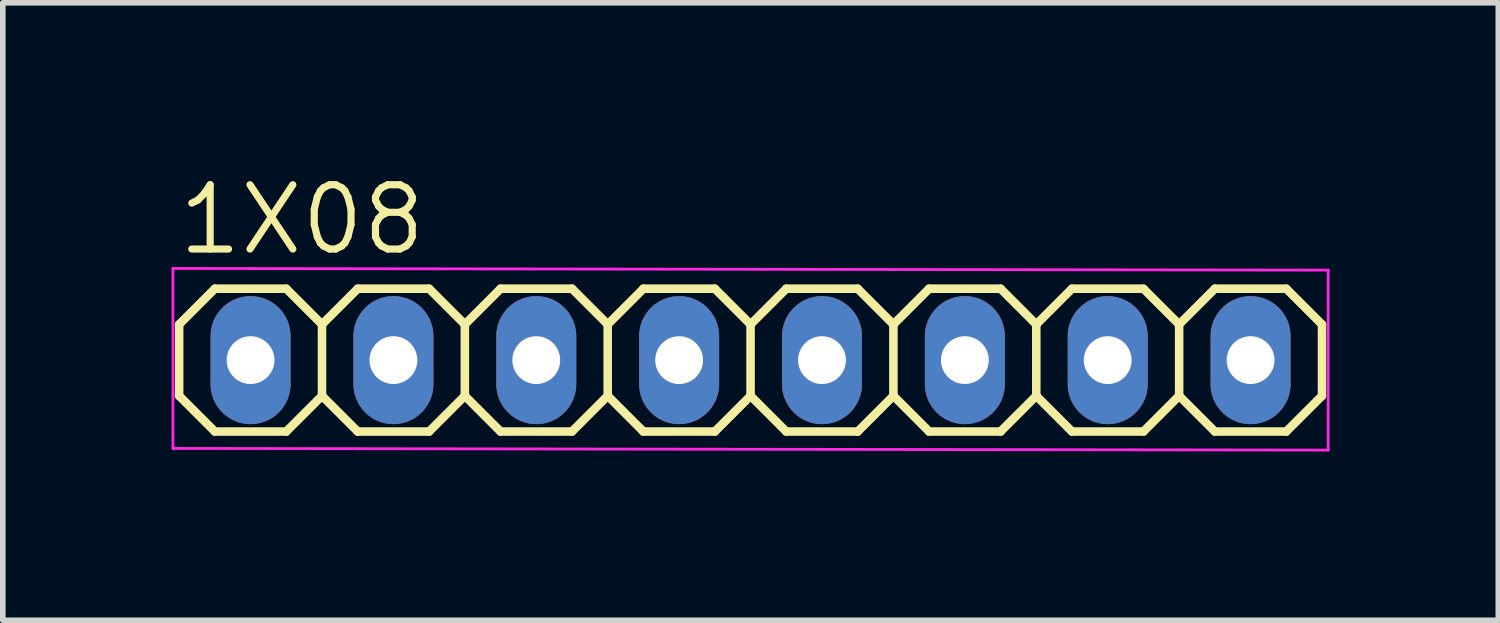
<source format=kicad_pcb>
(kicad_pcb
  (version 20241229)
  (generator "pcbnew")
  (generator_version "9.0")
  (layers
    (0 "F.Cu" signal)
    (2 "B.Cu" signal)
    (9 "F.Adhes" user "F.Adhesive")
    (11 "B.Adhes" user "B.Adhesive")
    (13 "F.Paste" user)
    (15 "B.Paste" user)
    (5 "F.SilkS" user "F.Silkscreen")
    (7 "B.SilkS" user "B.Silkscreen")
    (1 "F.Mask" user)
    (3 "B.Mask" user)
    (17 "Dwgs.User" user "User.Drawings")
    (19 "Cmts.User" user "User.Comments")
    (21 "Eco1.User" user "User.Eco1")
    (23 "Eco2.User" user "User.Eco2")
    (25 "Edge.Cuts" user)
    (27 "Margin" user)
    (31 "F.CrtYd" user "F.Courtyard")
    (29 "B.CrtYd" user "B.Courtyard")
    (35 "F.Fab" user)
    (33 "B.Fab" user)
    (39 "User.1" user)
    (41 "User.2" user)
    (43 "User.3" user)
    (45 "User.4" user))
  (footprint "1X08"
    (layer "F.Cu")
    (at 10.295 3.353)
    (property "Reference" "1X08" (at -10.236 -1.829 0) (unlocked yes) (layer "F.SilkS") (effects (font (size 1.143 1.143) (thickness 0.127)) (justify left bottom)))
    (fp_line (start -10.16 -0.635) (end -10.16 0.635) (stroke (width 0.152) (type solid)) (layer "F.SilkS"))
    (fp_line (start -10.16 0.635) (end -9.525 1.27) (stroke (width 0.152) (type solid)) (layer "F.SilkS"))
    (fp_line (start -9.525 -1.27) (end -10.16 -0.635) (stroke (width 0.152) (type solid)) (layer "F.SilkS"))
    (fp_line (start -9.525 -1.27) (end -8.255 -1.27) (stroke (width 0.152) (type solid)) (layer "F.SilkS"))
    (fp_line (start -8.255 -1.27) (end -7.62 -0.635) (stroke (width 0.152) (type solid)) (layer "F.SilkS"))
    (fp_line (start -8.255 1.27) (end -9.525 1.27) (stroke (width 0.152) (type solid)) (layer "F.SilkS"))
    (fp_line (start -7.62 -0.635) (end -7.62 0.635) (stroke (width 0.152) (type solid)) (layer "F.SilkS"))
    (fp_line (start -7.62 -0.635) (end -6.985 -1.27) (stroke (width 0.152) (type solid)) (layer "F.SilkS"))
    (fp_line (start -7.62 0.635) (end -8.255 1.27) (stroke (width 0.152) (type solid)) (layer "F.SilkS"))
    (fp_line (start -6.985 -1.27) (end -5.715 -1.27) (stroke (width 0.152) (type solid)) (layer "F.SilkS"))
    (fp_line (start -6.985 1.27) (end -7.62 0.635) (stroke (width 0.152) (type solid)) (layer "F.SilkS"))
    (fp_line (start -5.715 -1.27) (end -5.08 -0.635) (stroke (width 0.152) (type solid)) (layer "F.SilkS"))
    (fp_line (start -5.715 1.27) (end -6.985 1.27) (stroke (width 0.152) (type solid)) (layer "F.SilkS"))
    (fp_line (start -5.08 -0.635) (end -5.08 0.635) (stroke (width 0.152) (type solid)) (layer "F.SilkS"))
    (fp_line (start -5.08 -0.635) (end -4.445 -1.27) (stroke (width 0.152) (type solid)) (layer "F.SilkS"))
    (fp_line (start -5.08 0.635) (end -5.715 1.27) (stroke (width 0.152) (type solid)) (layer "F.SilkS"))
    (fp_line (start -4.445 -1.27) (end -3.175 -1.27) (stroke (width 0.152) (type solid)) (layer "F.SilkS"))
    (fp_line (start -4.445 1.27) (end -5.08 0.635) (stroke (width 0.152) (type solid)) (layer "F.SilkS"))
    (fp_line (start -3.175 -1.27) (end -2.54 -0.635) (stroke (width 0.152) (type solid)) (layer "F.SilkS"))
    (fp_line (start -3.175 1.27) (end -4.445 1.27) (stroke (width 0.152) (type solid)) (layer "F.SilkS"))
    (fp_line (start -2.54 -0.635) (end -2.54 0.635) (stroke (width 0.152) (type solid)) (layer "F.SilkS"))
    (fp_line (start -2.54 0.635) (end -3.175 1.27) (stroke (width 0.152) (type solid)) (layer "F.SilkS"))
    (fp_line (start -2.54 0.635) (end -1.905 1.27) (stroke (width 0.152) (type solid)) (layer "F.SilkS"))
    (fp_line (start -1.905 -1.27) (end -2.54 -0.635) (stroke (width 0.152) (type solid)) (layer "F.SilkS"))
    (fp_line (start -1.905 -1.27) (end -0.635 -1.27) (stroke (width 0.152) (type solid)) (layer "F.SilkS"))
    (fp_line (start -0.635 -1.27) (end 0 -0.635) (stroke (width 0.152) (type solid)) (layer "F.SilkS"))
    (fp_line (start -0.635 1.27) (end -1.905 1.27) (stroke (width 0.152) (type solid)) (layer "F.SilkS"))
    (fp_line (start 0 -0.635) (end 0 0.635) (stroke (width 0.152) (type solid)) (layer "F.SilkS"))
    (fp_line (start 0 -0.635) (end 0.635 -1.27) (stroke (width 0.152) (type solid)) (layer "F.SilkS"))
    (fp_line (start 0 0.635) (end -0.635 1.27) (stroke (width 0.152) (type solid)) (layer "F.SilkS"))
    (fp_line (start 0.635 -1.27) (end 1.905 -1.27) (stroke (width 0.152) (type solid)) (layer "F.SilkS"))
    (fp_line (start 0.635 1.27) (end 0 0.635) (stroke (width 0.152) (type solid)) (layer "F.SilkS"))
    (fp_line (start 1.905 -1.27) (end 2.54 -0.635) (stroke (width 0.152) (type solid)) (layer "F.SilkS"))
    (fp_line (start 1.905 1.27) (end 0.635 1.27) (stroke (width 0.152) (type solid)) (layer "F.SilkS"))
    (fp_line (start 2.54 -0.635) (end 2.54 0.635) (stroke (width 0.152) (type solid)) (layer "F.SilkS"))
    (fp_line (start 2.54 -0.635) (end 3.175 -1.27) (stroke (width 0.152) (type solid)) (layer "F.SilkS"))
    (fp_line (start 2.54 0.635) (end 1.905 1.27) (stroke (width 0.152) (type solid)) (layer "F.SilkS"))
    (fp_line (start 3.175 -1.27) (end 4.445 -1.27) (stroke (width 0.152) (type solid)) (layer "F.SilkS"))
    (fp_line (start 3.175 1.27) (end 2.54 0.635) (stroke (width 0.152) (type solid)) (layer "F.SilkS"))
    (fp_line (start 4.445 -1.27) (end 5.08 -0.635) (stroke (width 0.152) (type solid)) (layer "F.SilkS"))
    (fp_line (start 4.445 1.27) (end 3.175 1.27) (stroke (width 0.152) (type solid)) (layer "F.SilkS"))
    (fp_line (start 5.08 -0.635) (end 5.08 0.635) (stroke (width 0.152) (type solid)) (layer "F.SilkS"))
    (fp_line (start 5.08 0.635) (end 4.445 1.27) (stroke (width 0.152) (type solid)) (layer "F.SilkS"))
    (fp_line (start 5.08 0.635) (end 5.715 1.27) (stroke (width 0.152) (type solid)) (layer "F.SilkS"))
    (fp_line (start 5.715 -1.27) (end 5.08 -0.635) (stroke (width 0.152) (type solid)) (layer "F.SilkS"))
    (fp_line (start 5.715 -1.27) (end 6.985 -1.27) (stroke (width 0.152) (type solid)) (layer "F.SilkS"))
    (fp_line (start 6.985 -1.27) (end 7.62 -0.635) (stroke (width 0.152) (type solid)) (layer "F.SilkS"))
    (fp_line (start 6.985 1.27) (end 5.715 1.27) (stroke (width 0.152) (type solid)) (layer "F.SilkS"))
    (fp_line (start 7.62 -0.635) (end 7.62 0.635) (stroke (width 0.152) (type solid)) (layer "F.SilkS"))
    (fp_line (start 7.62 0.635) (end 6.985 1.27) (stroke (width 0.152) (type solid)) (layer "F.SilkS"))
    (fp_line (start 7.62 0.635) (end 8.255 1.27) (stroke (width 0.152) (type solid)) (layer "F.SilkS"))
    (fp_line (start 8.255 -1.27) (end 7.62 -0.635) (stroke (width 0.152) (type solid)) (layer "F.SilkS"))
    (fp_line (start 8.255 -1.27) (end 9.525 -1.27) (stroke (width 0.152) (type solid)) (layer "F.SilkS"))
    (fp_line (start 9.525 -1.27) (end 10.16 -0.635) (stroke (width 0.152) (type solid)) (layer "F.SilkS"))
    (fp_line (start 9.525 1.27) (end 8.255 1.27) (stroke (width 0.152) (type solid)) (layer "F.SilkS"))
    (fp_line (start 10.16 -0.635) (end 10.16 0.635) (stroke (width 0.152) (type solid)) (layer "F.SilkS"))
    (fp_line (start 10.16 0.635) (end 9.525 1.27) (stroke (width 0.152) (type solid)) (layer "F.SilkS"))
    (fp_line (start -10.27 -1.63) (end 10.27 -1.6) (stroke (width 0.05) (type solid)) (layer "F.CrtYd"))
    (fp_line (start -10.27 1.57) (end -10.27 -1.63) (stroke (width 0.05) (type solid)) (layer "F.CrtYd"))
    (fp_line (start 10.27 -1.6) (end 10.27 1.6) (stroke (width 0.05) (type solid)) (layer "F.CrtYd"))
    (fp_line (start 10.27 1.6) (end -10.27 1.57) (stroke (width 0.05) (type solid)) (layer "F.CrtYd"))
    (fp_poly (pts (xy -9.144 0.254) (xy -8.636 0.254) (xy -8.636 -0.254) (xy -9.144 -0.254)) (stroke (width 0.1) (type default)) (fill no) (layer "F.Fab"))
    (fp_poly (pts (xy -6.604 0.254) (xy -6.096 0.254) (xy -6.096 -0.254) (xy -6.604 -0.254)) (stroke (width 0.1) (type default)) (fill no) (layer "F.Fab"))
    (fp_poly (pts (xy -4.064 0.254) (xy -3.556 0.254) (xy -3.556 -0.254) (xy -4.064 -0.254)) (stroke (width 0.1) (type default)) (fill no) (layer "F.Fab"))
    (fp_poly (pts (xy -1.524 0.254) (xy -1.016 0.254) (xy -1.016 -0.254) (xy -1.524 -0.254)) (stroke (width 0.1) (type default)) (fill no) (layer "F.Fab"))
    (fp_poly (pts (xy 1.016 0.254) (xy 1.524 0.254) (xy 1.524 -0.254) (xy 1.016 -0.254)) (stroke (width 0.1) (type default)) (fill no) (layer "F.Fab"))
    (fp_poly (pts (xy 3.556 0.254) (xy 4.064 0.254) (xy 4.064 -0.254) (xy 3.556 -0.254)) (stroke (width 0.1) (type default)) (fill no) (layer "F.Fab"))
    (fp_poly (pts (xy 6.096 0.254) (xy 6.604 0.254) (xy 6.604 -0.254) (xy 6.096 -0.254)) (stroke (width 0.1) (type default)) (fill no) (layer "F.Fab"))
    (fp_poly (pts (xy 8.636 0.254) (xy 9.144 0.254) (xy 9.144 -0.254) (xy 8.636 -0.254)) (stroke (width 0.1) (type default)) (fill no) (layer "F.Fab"))
    (pad "1" thru_hole oval (at -8.89 0 90) (size 2.276 1.422) (drill 0.85) (layers "*.Cu" "*.Mask"))
    (pad "2" thru_hole oval (at -6.35 0 90) (size 2.276 1.422) (drill 0.85) (layers "*.Cu" "*.Mask"))
    (pad "3" thru_hole oval (at -3.81 0 90) (size 2.276 1.422) (drill 0.85) (layers "*.Cu" "*.Mask"))
    (pad "4" thru_hole oval (at -1.27 0 90) (size 2.276 1.422) (drill 0.85) (layers "*.Cu" "*.Mask"))
    (pad "5" thru_hole oval (at 1.27 0 90) (size 2.276 1.422) (drill 0.85) (layers "*.Cu" "*.Mask"))
    (pad "6" thru_hole oval (at 3.81 0 90) (size 2.276 1.422) (drill 0.85) (layers "*.Cu" "*.Mask"))
    (pad "7" thru_hole oval (at 6.35 0 90) (size 2.276 1.422) (drill 0.85) (layers "*.Cu" "*.Mask"))
    (pad "8" thru_hole oval (at 8.89 0 90) (size 2.276 1.422) (drill 0.85) (layers "*.Cu" "*.Mask")))
  (gr_rect
    (start -3 -3)
    (end 23.59 7.978)
    (stroke (width 0.1) (type default))
    (fill no)
    (layer "Edge.Cuts")))
</source>
